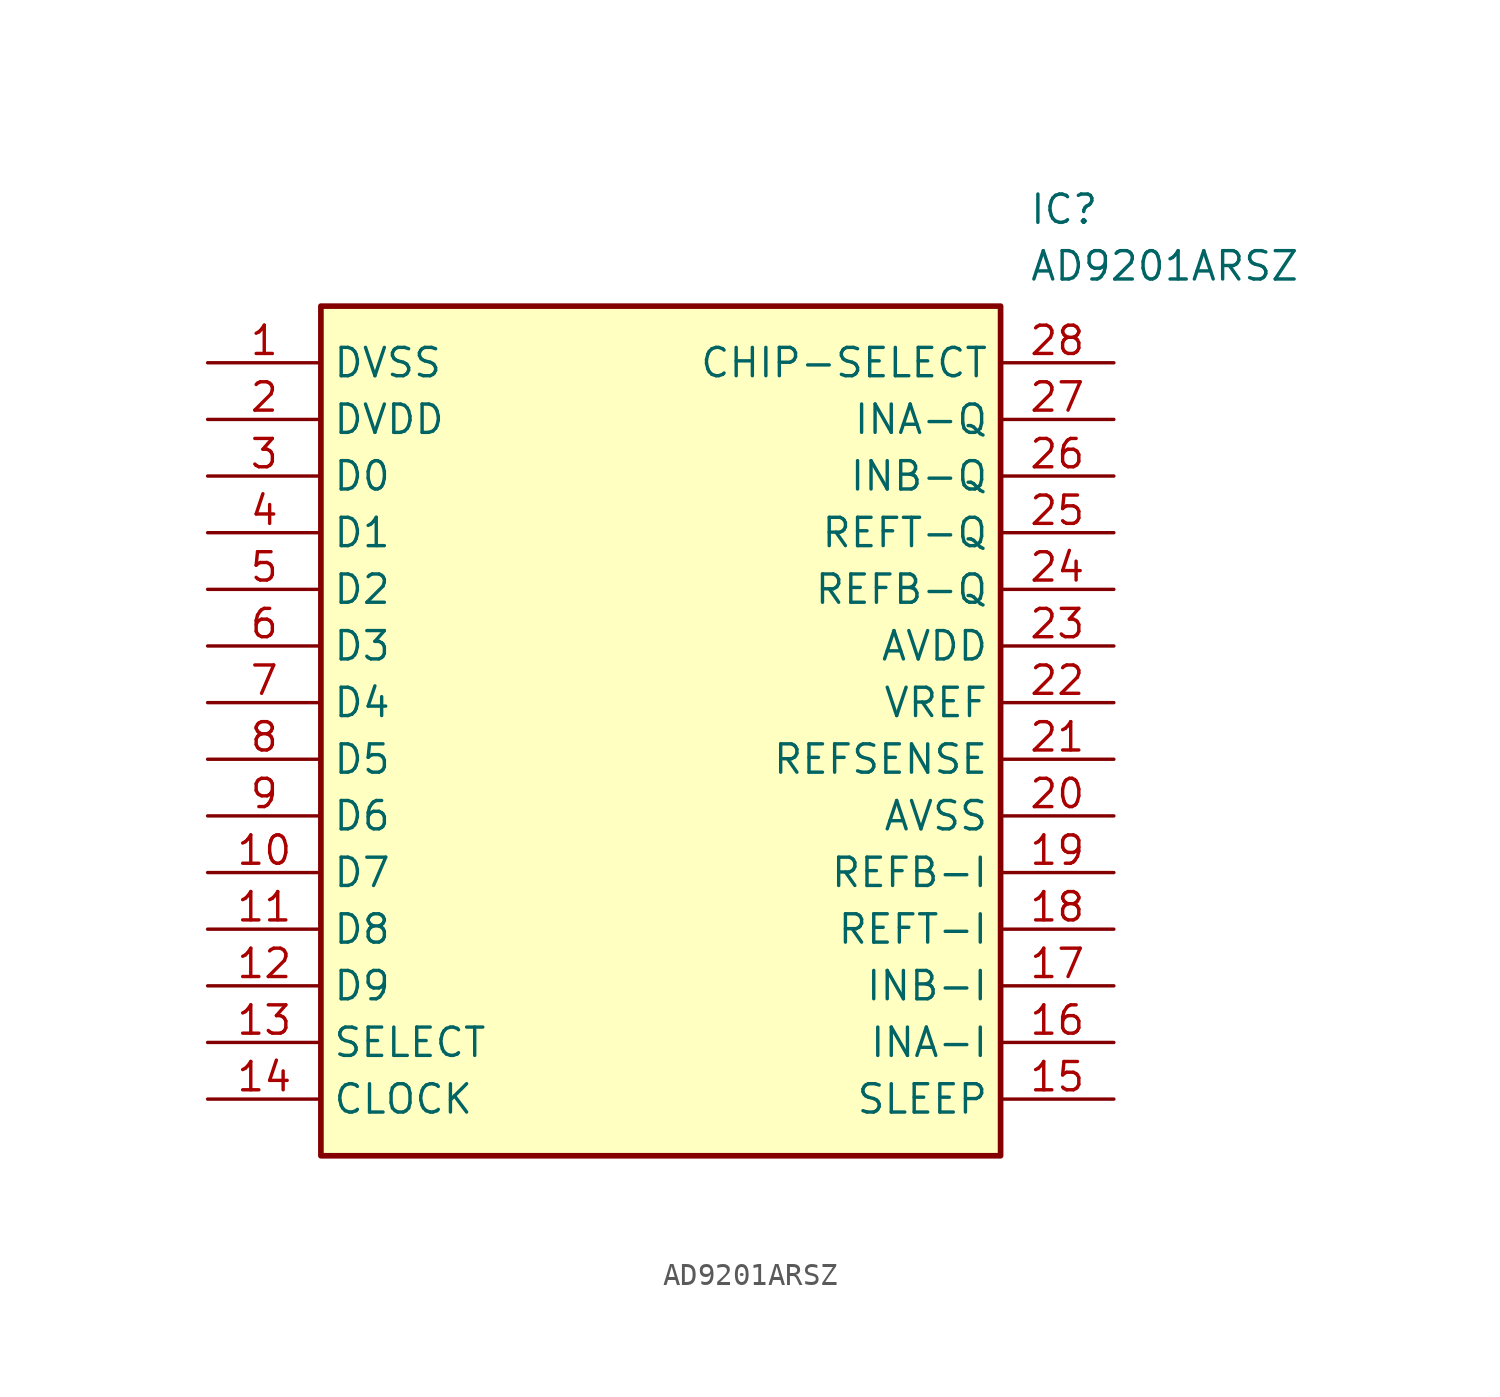
<source format=kicad_sym>
(kicad_symbol_lib
  (version 20211014)
  (generator SamacSys_ECAD_Model)
  (symbol "AD9201ARSZ"
    (property "Reference" "IC"
      (at 36.83 7.62 0)
      (effects (font (size 1.27 1.27)) (justify left top)))
    (property "Value" "AD9201ARSZ"
      (at 36.83 5.08 0)
      (effects (font (size 1.27 1.27)) (justify left top)))
    (rectangle
      (start 5.08 2.54)
      (end 35.56 -35.56)
      (stroke (width 0.254) (type default))
      (fill (type background)))
    (pin power_in line
      (at 0 0 0)
      (length 5.08)
      (name "DVSS" (effects (font (size 1.27 1.27))))
      (number "1" (effects (font (size 1.27 1.27)))))
    (pin power_in line
      (at 0 -2.54 0)
      (length 5.08)
      (name "DVDD" (effects (font (size 1.27 1.27))))
      (number "2" (effects (font (size 1.27 1.27)))))
    (pin passive line
      (at 0 -5.08 0)
      (length 5.08)
      (name "D0" (effects (font (size 1.27 1.27))))
      (number "3" (effects (font (size 1.27 1.27)))))
    (pin passive line
      (at 0 -7.62 0)
      (length 5.08)
      (name "D1" (effects (font (size 1.27 1.27))))
      (number "4" (effects (font (size 1.27 1.27)))))
    (pin passive line
      (at 0 -10.16 0)
      (length 5.08)
      (name "D2" (effects (font (size 1.27 1.27))))
      (number "5" (effects (font (size 1.27 1.27)))))
    (pin passive line
      (at 0 -12.7 0)
      (length 5.08)
      (name "D3" (effects (font (size 1.27 1.27))))
      (number "6" (effects (font (size 1.27 1.27)))))
    (pin passive line
      (at 0 -15.24 0)
      (length 5.08)
      (name "D4" (effects (font (size 1.27 1.27))))
      (number "7" (effects (font (size 1.27 1.27)))))
    (pin passive line
      (at 0 -17.78 0)
      (length 5.08)
      (name "D5" (effects (font (size 1.27 1.27))))
      (number "8" (effects (font (size 1.27 1.27)))))
    (pin passive line
      (at 0 -20.32 0)
      (length 5.08)
      (name "D6" (effects (font (size 1.27 1.27))))
      (number "9" (effects (font (size 1.27 1.27)))))
    (pin passive line
      (at 0 -22.86 0)
      (length 5.08)
      (name "D7" (effects (font (size 1.27 1.27))))
      (number "10" (effects (font (size 1.27 1.27)))))
    (pin passive line
      (at 0 -25.4 0)
      (length 5.08)
      (name "D8" (effects (font (size 1.27 1.27))))
      (number "11" (effects (font (size 1.27 1.27)))))
    (pin passive line
      (at 0 -27.94 0)
      (length 5.08)
      (name "D9" (effects (font (size 1.27 1.27))))
      (number "12" (effects (font (size 1.27 1.27)))))
    (pin passive line
      (at 0 -30.48 0)
      (length 5.08)
      (name "SELECT" (effects (font (size 1.27 1.27))))
      (number "13" (effects (font (size 1.27 1.27)))))
    (pin input line
      (at 0 -33.02 0)
      (length 5.08)
      (name "CLOCK" (effects (font (size 1.27 1.27))))
      (number "14" (effects (font (size 1.27 1.27)))))
    (pin passive line
      (at 40.64 0 180)
      (length 5.08)
      (name "CHIP-SELECT" (effects (font (size 1.27 1.27))))
      (number "28" (effects (font (size 1.27 1.27)))))
    (pin input line
      (at 40.64 -2.54 180)
      (length 5.08)
      (name "INA-Q" (effects (font (size 1.27 1.27))))
      (number "27" (effects (font (size 1.27 1.27)))))
    (pin input line
      (at 40.64 -5.08 180)
      (length 5.08)
      (name "INB-Q" (effects (font (size 1.27 1.27))))
      (number "26" (effects (font (size 1.27 1.27)))))
    (pin input line
      (at 40.64 -7.62 180)
      (length 5.08)
      (name "REFT-Q" (effects (font (size 1.27 1.27))))
      (number "25" (effects (font (size 1.27 1.27)))))
    (pin input line
      (at 40.64 -10.16 180)
      (length 5.08)
      (name "REFB-Q" (effects (font (size 1.27 1.27))))
      (number "24" (effects (font (size 1.27 1.27)))))
    (pin power_in line
      (at 40.64 -12.7 180)
      (length 5.08)
      (name "AVDD" (effects (font (size 1.27 1.27))))
      (number "23" (effects (font (size 1.27 1.27)))))
    (pin input line
      (at 40.64 -15.24 180)
      (length 5.08)
      (name "VREF" (effects (font (size 1.27 1.27))))
      (number "22" (effects (font (size 1.27 1.27)))))
    (pin input line
      (at 40.64 -17.78 180)
      (length 5.08)
      (name "REFSENSE" (effects (font (size 1.27 1.27))))
      (number "21" (effects (font (size 1.27 1.27)))))
    (pin power_in line
      (at 40.64 -20.32 180)
      (length 5.08)
      (name "AVSS" (effects (font (size 1.27 1.27))))
      (number "20" (effects (font (size 1.27 1.27)))))
    (pin input line
      (at 40.64 -22.86 180)
      (length 5.08)
      (name "REFB-I" (effects (font (size 1.27 1.27))))
      (number "19" (effects (font (size 1.27 1.27)))))
    (pin input line
      (at 40.64 -25.4 180)
      (length 5.08)
      (name "REFT-I" (effects (font (size 1.27 1.27))))
      (number "18" (effects (font (size 1.27 1.27)))))
    (pin input line
      (at 40.64 -27.94 180)
      (length 5.08)
      (name "INB-I" (effects (font (size 1.27 1.27))))
      (number "17" (effects (font (size 1.27 1.27)))))
    (pin input line
      (at 40.64 -30.48 180)
      (length 5.08)
      (name "INA-I" (effects (font (size 1.27 1.27))))
      (number "16" (effects (font (size 1.27 1.27)))))
    (pin passive line
      (at 40.64 -33.02 180)
      (length 5.08)
      (name "SLEEP" (effects (font (size 1.27 1.27))))
      (number "15" (effects (font (size 1.27 1.27)))))))
</source>
